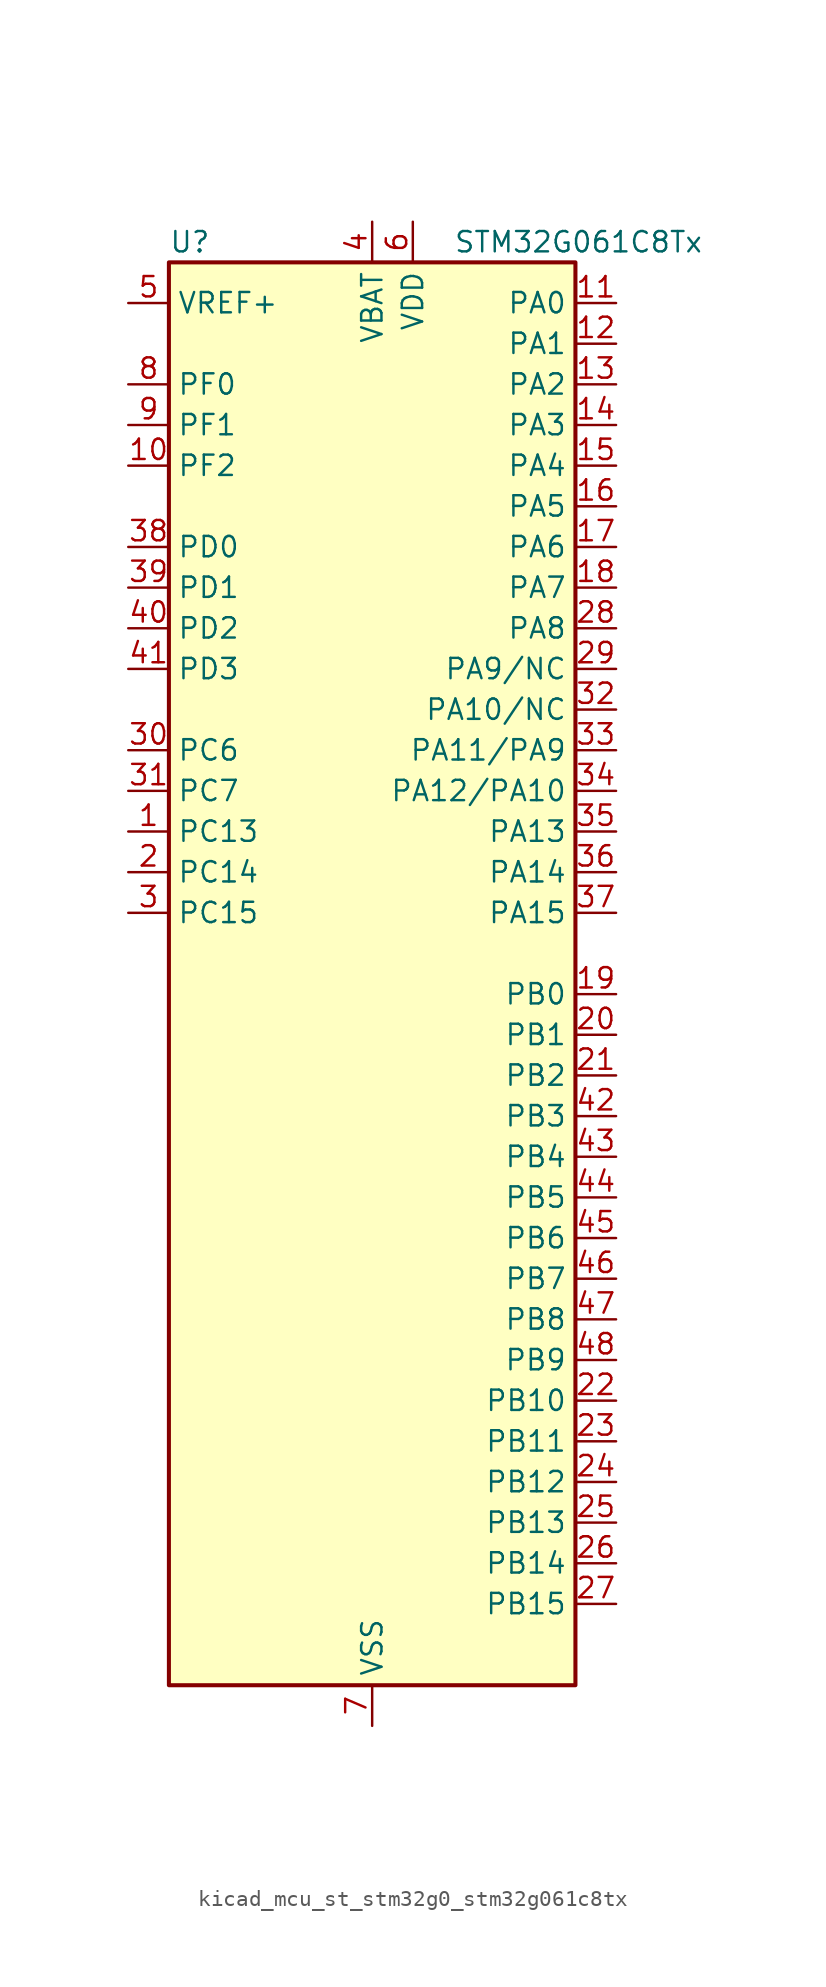
<source format=kicad_sym>
(kicad_symbol_lib
  (version 20220914)
  (generator kicad_symbol_editor)
  (symbol "kicad_mcu_st_stm32g0_stm32g061c8tx"
    (property "Reference" "U"
      (at -12.7 46.99 0)
      (effects (font (size 1.27 1.27)) (justify left)))
    (property "Value" "STM32G061C8Tx"
      (at 5.08 46.99 0)
      (effects (font (size 1.27 1.27)) (justify left)))
    (property "ki_locked" ""
      (at 0 0 0)
      (effects (font (size 1.27 1.27))))
    (symbol "kicad_mcu_st_stm32g0_stm32g061c8tx_0_1"
      (rectangle (start -12.7 -43.18) (end 12.7 45.72) (stroke (width 0.254) (type default)) (fill (type background))))
    (symbol "kicad_mcu_st_stm32g0_stm32g061c8tx_1_1"
      (pin bidirectional line (at -15.24 10.16 0) (length 2.54) (name "PC13" (effects (font (size 1.27 1.27)))) (number "1" (effects (font (size 1.27 1.27)))) (alternate "RTC_OUT1" bidirectional line) (alternate "RTC_TAMP_IN1" bidirectional line) (alternate "RTC_TS" bidirectional line) (alternate "SYS_WKUP2" bidirectional line) (alternate "TIM1_BK" bidirectional line))
      (pin bidirectional line (at -15.24 33.02 0) (length 2.54) (name "PF2" (effects (font (size 1.27 1.27)))) (number "10" (effects (font (size 1.27 1.27)))) (alternate "RCC_MCO" bidirectional line))
      (pin bidirectional line (at 15.24 43.18 180) (length 2.54) (name "PA0" (effects (font (size 1.27 1.27)))) (number "11" (effects (font (size 1.27 1.27)))) (alternate "ADC1_IN0" bidirectional line) (alternate "COMP1_INM" bidirectional line) (alternate "COMP1_OUT" bidirectional line) (alternate "LPTIM1_OUT" bidirectional line) (alternate "RTC_TAMP_IN2" bidirectional line) (alternate "SPI2_SCK" bidirectional line) (alternate "SYS_WKUP1" bidirectional line) (alternate "TIM2_CH1" bidirectional line) (alternate "TIM2_ETR" bidirectional line) (alternate "USART2_CTS" bidirectional line) (alternate "USART2_NSS" bidirectional line))
      (pin bidirectional line (at 15.24 40.64 180) (length 2.54) (name "PA1" (effects (font (size 1.27 1.27)))) (number "12" (effects (font (size 1.27 1.27)))) (alternate "ADC1_IN1" bidirectional line) (alternate "COMP1_INP" bidirectional line) (alternate "I2C1_SMBA" bidirectional line) (alternate "I2S1_CK" bidirectional line) (alternate "SPI1_SCK" bidirectional line) (alternate "TIM15_CH1N" bidirectional line) (alternate "TIM2_CH2" bidirectional line) (alternate "USART2_CK" bidirectional line) (alternate "USART2_DE" bidirectional line) (alternate "USART2_RTS" bidirectional line))
      (pin bidirectional line (at 15.24 38.1 180) (length 2.54) (name "PA2" (effects (font (size 1.27 1.27)))) (number "13" (effects (font (size 1.27 1.27)))) (alternate "ADC1_IN2" bidirectional line) (alternate "COMP2_INM" bidirectional line) (alternate "COMP2_OUT" bidirectional line) (alternate "I2S1_SD" bidirectional line) (alternate "LPUART1_TX" bidirectional line) (alternate "RCC_LSCO" bidirectional line) (alternate "SPI1_MOSI" bidirectional line) (alternate "SYS_WKUP4" bidirectional line) (alternate "TIM15_CH1" bidirectional line) (alternate "TIM2_CH3" bidirectional line) (alternate "USART2_TX" bidirectional line))
      (pin bidirectional line (at 15.24 35.56 180) (length 2.54) (name "PA3" (effects (font (size 1.27 1.27)))) (number "14" (effects (font (size 1.27 1.27)))) (alternate "ADC1_IN3" bidirectional line) (alternate "COMP2_INP" bidirectional line) (alternate "LPUART1_RX" bidirectional line) (alternate "SPI2_MISO" bidirectional line) (alternate "TIM15_CH2" bidirectional line) (alternate "TIM2_CH4" bidirectional line) (alternate "USART2_RX" bidirectional line))
      (pin bidirectional line (at 15.24 33.02 180) (length 2.54) (name "PA4" (effects (font (size 1.27 1.27)))) (number "15" (effects (font (size 1.27 1.27)))) (alternate "ADC1_IN4" bidirectional line) (alternate "DAC1_OUT1" bidirectional line) (alternate "I2S1_WS" bidirectional line) (alternate "LPTIM2_OUT" bidirectional line) (alternate "RTC_OUT2" bidirectional line) (alternate "SPI1_NSS" bidirectional line) (alternate "SPI2_MOSI" bidirectional line) (alternate "TIM14_CH1" bidirectional line))
      (pin bidirectional line (at 15.24 30.48 180) (length 2.54) (name "PA5" (effects (font (size 1.27 1.27)))) (number "16" (effects (font (size 1.27 1.27)))) (alternate "ADC1_IN5" bidirectional line) (alternate "DAC1_OUT2" bidirectional line) (alternate "I2S1_CK" bidirectional line) (alternate "LPTIM2_ETR" bidirectional line) (alternate "SPI1_SCK" bidirectional line) (alternate "TIM2_CH1" bidirectional line) (alternate "TIM2_ETR" bidirectional line))
      (pin bidirectional line (at 15.24 27.94 180) (length 2.54) (name "PA6" (effects (font (size 1.27 1.27)))) (number "17" (effects (font (size 1.27 1.27)))) (alternate "ADC1_IN6" bidirectional line) (alternate "COMP1_OUT" bidirectional line) (alternate "I2S1_MCK" bidirectional line) (alternate "LPUART1_CTS" bidirectional line) (alternate "SPI1_MISO" bidirectional line) (alternate "TIM16_CH1" bidirectional line) (alternate "TIM1_BK" bidirectional line) (alternate "TIM3_CH1" bidirectional line))
      (pin bidirectional line (at 15.24 25.4 180) (length 2.54) (name "PA7" (effects (font (size 1.27 1.27)))) (number "18" (effects (font (size 1.27 1.27)))) (alternate "ADC1_IN7" bidirectional line) (alternate "COMP2_OUT" bidirectional line) (alternate "I2S1_SD" bidirectional line) (alternate "SPI1_MOSI" bidirectional line) (alternate "TIM14_CH1" bidirectional line) (alternate "TIM17_CH1" bidirectional line) (alternate "TIM1_CH1N" bidirectional line) (alternate "TIM3_CH2" bidirectional line))
      (pin bidirectional line (at 15.24 0 180) (length 2.54) (name "PB0" (effects (font (size 1.27 1.27)))) (number "19" (effects (font (size 1.27 1.27)))) (alternate "ADC1_IN8" bidirectional line) (alternate "COMP1_OUT" bidirectional line) (alternate "I2S1_WS" bidirectional line) (alternate "LPTIM1_OUT" bidirectional line) (alternate "SPI1_NSS" bidirectional line) (alternate "TIM1_CH2N" bidirectional line) (alternate "TIM3_CH3" bidirectional line))
      (pin bidirectional line (at -15.24 7.62 0) (length 2.54) (name "PC14" (effects (font (size 1.27 1.27)))) (number "2" (effects (font (size 1.27 1.27)))) (alternate "RCC_OSC32_IN" bidirectional line) (alternate "TIM1_BK2" bidirectional line))
      (pin bidirectional line (at 15.24 -2.54 180) (length 2.54) (name "PB1" (effects (font (size 1.27 1.27)))) (number "20" (effects (font (size 1.27 1.27)))) (alternate "ADC1_IN9" bidirectional line) (alternate "COMP1_INM" bidirectional line) (alternate "LPTIM2_IN1" bidirectional line) (alternate "LPUART1_DE" bidirectional line) (alternate "LPUART1_RTS" bidirectional line) (alternate "TIM14_CH1" bidirectional line) (alternate "TIM1_CH3N" bidirectional line) (alternate "TIM3_CH4" bidirectional line))
      (pin bidirectional line (at 15.24 -5.08 180) (length 2.54) (name "PB2" (effects (font (size 1.27 1.27)))) (number "21" (effects (font (size 1.27 1.27)))) (alternate "ADC1_IN10" bidirectional line) (alternate "COMP1_INP" bidirectional line) (alternate "LPTIM1_OUT" bidirectional line) (alternate "SPI2_MISO" bidirectional line))
      (pin bidirectional line (at 15.24 -25.4 180) (length 2.54) (name "PB10" (effects (font (size 1.27 1.27)))) (number "22" (effects (font (size 1.27 1.27)))) (alternate "ADC1_IN11" bidirectional line) (alternate "COMP1_OUT" bidirectional line) (alternate "I2C2_SCL" bidirectional line) (alternate "LPUART1_RX" bidirectional line) (alternate "SPI2_SCK" bidirectional line) (alternate "TIM2_CH3" bidirectional line))
      (pin bidirectional line (at 15.24 -27.94 180) (length 2.54) (name "PB11" (effects (font (size 1.27 1.27)))) (number "23" (effects (font (size 1.27 1.27)))) (alternate "ADC1_EXTI11" bidirectional line) (alternate "ADC1_IN15" bidirectional line) (alternate "COMP2_OUT" bidirectional line) (alternate "I2C2_SDA" bidirectional line) (alternate "LPUART1_TX" bidirectional line) (alternate "SPI2_MOSI" bidirectional line) (alternate "TIM2_CH4" bidirectional line))
      (pin bidirectional line (at 15.24 -30.48 180) (length 2.54) (name "PB12" (effects (font (size 1.27 1.27)))) (number "24" (effects (font (size 1.27 1.27)))) (alternate "ADC1_IN16" bidirectional line) (alternate "LPUART1_DE" bidirectional line) (alternate "LPUART1_RTS" bidirectional line) (alternate "SPI2_NSS" bidirectional line) (alternate "TIM15_BK" bidirectional line) (alternate "TIM1_BK" bidirectional line))
      (pin bidirectional line (at 15.24 -33.02 180) (length 2.54) (name "PB13" (effects (font (size 1.27 1.27)))) (number "25" (effects (font (size 1.27 1.27)))) (alternate "I2C2_SCL" bidirectional line) (alternate "LPUART1_CTS" bidirectional line) (alternate "SPI2_SCK" bidirectional line) (alternate "TIM15_CH1N" bidirectional line) (alternate "TIM1_CH1N" bidirectional line))
      (pin bidirectional line (at 15.24 -35.56 180) (length 2.54) (name "PB14" (effects (font (size 1.27 1.27)))) (number "26" (effects (font (size 1.27 1.27)))) (alternate "I2C2_SDA" bidirectional line) (alternate "SPI2_MISO" bidirectional line) (alternate "TIM15_CH1" bidirectional line) (alternate "TIM1_CH2N" bidirectional line))
      (pin bidirectional line (at 15.24 -38.1 180) (length 2.54) (name "PB15" (effects (font (size 1.27 1.27)))) (number "27" (effects (font (size 1.27 1.27)))) (alternate "RTC_REFIN" bidirectional line) (alternate "SPI2_MOSI" bidirectional line) (alternate "TIM15_CH1N" bidirectional line) (alternate "TIM15_CH2" bidirectional line) (alternate "TIM1_CH3N" bidirectional line))
      (pin bidirectional line (at 15.24 22.86 180) (length 2.54) (name "PA8" (effects (font (size 1.27 1.27)))) (number "28" (effects (font (size 1.27 1.27)))) (alternate "LPTIM2_OUT" bidirectional line) (alternate "RCC_MCO" bidirectional line) (alternate "SPI2_NSS" bidirectional line) (alternate "TIM1_CH1" bidirectional line))
      (pin bidirectional line (at 15.24 20.32 180) (length 2.54) (name "PA9/NC" (effects (font (size 1.27 1.27)))) (number "29" (effects (font (size 1.27 1.27)))) (alternate "DAC1_EXTI9" bidirectional line) (alternate "I2C1_SCL" bidirectional line) (alternate "RCC_MCO" bidirectional line) (alternate "SPI2_MISO" bidirectional line) (alternate "TIM15_BK" bidirectional line) (alternate "TIM1_CH2" bidirectional line) (alternate "USART1_TX" bidirectional line))
      (pin bidirectional line (at -15.24 5.08 0) (length 2.54) (name "PC15" (effects (font (size 1.27 1.27)))) (number "3" (effects (font (size 1.27 1.27)))) (alternate "RCC_OSC32_EN" bidirectional line) (alternate "RCC_OSC32_OUT" bidirectional line) (alternate "RCC_OSC_EN" bidirectional line) (alternate "TIM15_BK" bidirectional line))
      (pin bidirectional line (at -15.24 15.24 0) (length 2.54) (name "PC6" (effects (font (size 1.27 1.27)))) (number "30" (effects (font (size 1.27 1.27)))) (alternate "TIM2_CH3" bidirectional line) (alternate "TIM3_CH1" bidirectional line))
      (pin bidirectional line (at -15.24 12.7 0) (length 2.54) (name "PC7" (effects (font (size 1.27 1.27)))) (number "31" (effects (font (size 1.27 1.27)))) (alternate "TIM2_CH4" bidirectional line) (alternate "TIM3_CH2" bidirectional line))
      (pin bidirectional line (at 15.24 17.78 180) (length 2.54) (name "PA10/NC" (effects (font (size 1.27 1.27)))) (number "32" (effects (font (size 1.27 1.27)))) (alternate "I2C1_SDA" bidirectional line) (alternate "SPI2_MOSI" bidirectional line) (alternate "TIM17_BK" bidirectional line) (alternate "TIM1_CH3" bidirectional line) (alternate "USART1_RX" bidirectional line))
      (pin bidirectional line (at 15.24 15.24 180) (length 2.54) (name "PA11/PA9" (effects (font (size 1.27 1.27)))) (number "33" (effects (font (size 1.27 1.27)))) (alternate "ADC1_EXTI11" bidirectional line) (alternate "COMP1_OUT" bidirectional line) (alternate "I2C2_SCL" bidirectional line) (alternate "I2S1_MCK" bidirectional line) (alternate "SPI1_MISO" bidirectional line) (alternate "TIM1_BK2" bidirectional line) (alternate "TIM1_CH4" bidirectional line) (alternate "USART1_CTS" bidirectional line) (alternate "USART1_NSS" bidirectional line))
      (pin bidirectional line (at 15.24 12.7 180) (length 2.54) (name "PA12/PA10" (effects (font (size 1.27 1.27)))) (number "34" (effects (font (size 1.27 1.27)))) (alternate "COMP2_OUT" bidirectional line) (alternate "I2C2_SDA" bidirectional line) (alternate "I2S1_SD" bidirectional line) (alternate "I2S_CKIN" bidirectional line) (alternate "SPI1_MOSI" bidirectional line) (alternate "TIM1_ETR" bidirectional line) (alternate "USART1_CK" bidirectional line) (alternate "USART1_DE" bidirectional line) (alternate "USART1_RTS" bidirectional line))
      (pin bidirectional line (at 15.24 10.16 180) (length 2.54) (name "PA13" (effects (font (size 1.27 1.27)))) (number "35" (effects (font (size 1.27 1.27)))) (alternate "ADC1_IN17" bidirectional line) (alternate "IR_OUT" bidirectional line) (alternate "SYS_SWDIO" bidirectional line))
      (pin bidirectional line (at 15.24 7.62 180) (length 2.54) (name "PA14" (effects (font (size 1.27 1.27)))) (number "36" (effects (font (size 1.27 1.27)))) (alternate "ADC1_IN18" bidirectional line) (alternate "SYS_SWCLK" bidirectional line) (alternate "USART2_TX" bidirectional line))
      (pin bidirectional line (at 15.24 5.08 180) (length 2.54) (name "PA15" (effects (font (size 1.27 1.27)))) (number "37" (effects (font (size 1.27 1.27)))) (alternate "I2S1_WS" bidirectional line) (alternate "SPI1_NSS" bidirectional line) (alternate "TIM2_CH1" bidirectional line) (alternate "TIM2_ETR" bidirectional line) (alternate "USART2_RX" bidirectional line))
      (pin bidirectional line (at -15.24 27.94 0) (length 2.54) (name "PD0" (effects (font (size 1.27 1.27)))) (number "38" (effects (font (size 1.27 1.27)))) (alternate "SPI2_NSS" bidirectional line) (alternate "TIM16_CH1" bidirectional line))
      (pin bidirectional line (at -15.24 25.4 0) (length 2.54) (name "PD1" (effects (font (size 1.27 1.27)))) (number "39" (effects (font (size 1.27 1.27)))) (alternate "SPI2_SCK" bidirectional line) (alternate "TIM17_CH1" bidirectional line))
      (pin power_in line (at 0 48.26 270) (length 2.54) (name "VBAT" (effects (font (size 1.27 1.27)))) (number "4" (effects (font (size 1.27 1.27)))))
      (pin bidirectional line (at -15.24 22.86 0) (length 2.54) (name "PD2" (effects (font (size 1.27 1.27)))) (number "40" (effects (font (size 1.27 1.27)))) (alternate "TIM1_CH1N" bidirectional line) (alternate "TIM3_ETR" bidirectional line))
      (pin bidirectional line (at -15.24 20.32 0) (length 2.54) (name "PD3" (effects (font (size 1.27 1.27)))) (number "41" (effects (font (size 1.27 1.27)))) (alternate "SPI2_MISO" bidirectional line) (alternate "TIM1_CH2N" bidirectional line) (alternate "USART2_CTS" bidirectional line) (alternate "USART2_NSS" bidirectional line))
      (pin bidirectional line (at 15.24 -7.62 180) (length 2.54) (name "PB3" (effects (font (size 1.27 1.27)))) (number "42" (effects (font (size 1.27 1.27)))) (alternate "COMP2_INM" bidirectional line) (alternate "I2S1_CK" bidirectional line) (alternate "SPI1_SCK" bidirectional line) (alternate "TIM1_CH2" bidirectional line) (alternate "TIM2_CH2" bidirectional line) (alternate "USART1_CK" bidirectional line) (alternate "USART1_DE" bidirectional line) (alternate "USART1_RTS" bidirectional line))
      (pin bidirectional line (at 15.24 -10.16 180) (length 2.54) (name "PB4" (effects (font (size 1.27 1.27)))) (number "43" (effects (font (size 1.27 1.27)))) (alternate "COMP2_INP" bidirectional line) (alternate "I2S1_MCK" bidirectional line) (alternate "SPI1_MISO" bidirectional line) (alternate "TIM17_BK" bidirectional line) (alternate "TIM3_CH1" bidirectional line) (alternate "USART1_CTS" bidirectional line) (alternate "USART1_NSS" bidirectional line))
      (pin bidirectional line (at 15.24 -12.7 180) (length 2.54) (name "PB5" (effects (font (size 1.27 1.27)))) (number "44" (effects (font (size 1.27 1.27)))) (alternate "COMP2_OUT" bidirectional line) (alternate "I2C1_SMBA" bidirectional line) (alternate "I2S1_SD" bidirectional line) (alternate "LPTIM1_IN1" bidirectional line) (alternate "SPI1_MOSI" bidirectional line) (alternate "SYS_WKUP6" bidirectional line) (alternate "TIM16_BK" bidirectional line) (alternate "TIM3_CH2" bidirectional line))
      (pin bidirectional line (at 15.24 -15.24 180) (length 2.54) (name "PB6" (effects (font (size 1.27 1.27)))) (number "45" (effects (font (size 1.27 1.27)))) (alternate "COMP2_INP" bidirectional line) (alternate "I2C1_SCL" bidirectional line) (alternate "LPTIM1_ETR" bidirectional line) (alternate "SPI2_MISO" bidirectional line) (alternate "TIM16_CH1N" bidirectional line) (alternate "TIM1_CH3" bidirectional line) (alternate "USART1_TX" bidirectional line))
      (pin bidirectional line (at 15.24 -17.78 180) (length 2.54) (name "PB7" (effects (font (size 1.27 1.27)))) (number "46" (effects (font (size 1.27 1.27)))) (alternate "COMP2_INM" bidirectional line) (alternate "I2C1_SDA" bidirectional line) (alternate "LPTIM1_IN2" bidirectional line) (alternate "SPI2_MOSI" bidirectional line) (alternate "SYS_PVD_IN" bidirectional line) (alternate "TIM17_CH1N" bidirectional line) (alternate "USART1_RX" bidirectional line))
      (pin bidirectional line (at 15.24 -20.32 180) (length 2.54) (name "PB8" (effects (font (size 1.27 1.27)))) (number "47" (effects (font (size 1.27 1.27)))) (alternate "I2C1_SCL" bidirectional line) (alternate "SPI2_SCK" bidirectional line) (alternate "TIM15_BK" bidirectional line) (alternate "TIM16_CH1" bidirectional line))
      (pin bidirectional line (at 15.24 -22.86 180) (length 2.54) (name "PB9" (effects (font (size 1.27 1.27)))) (number "48" (effects (font (size 1.27 1.27)))) (alternate "DAC1_EXTI9" bidirectional line) (alternate "I2C1_SDA" bidirectional line) (alternate "IR_OUT" bidirectional line) (alternate "SPI2_NSS" bidirectional line) (alternate "TIM17_CH1" bidirectional line))
      (pin input line (at -15.24 43.18 0) (length 2.54) (name "VREF+" (effects (font (size 1.27 1.27)))) (number "5" (effects (font (size 1.27 1.27)))) (alternate "VREFBUF_OUT" bidirectional line))
      (pin power_in line (at 2.54 48.26 270) (length 2.54) (name "VDD" (effects (font (size 1.27 1.27)))) (number "6" (effects (font (size 1.27 1.27)))))
      (pin power_in line (at 0 -45.72 90) (length 2.54) (name "VSS" (effects (font (size 1.27 1.27)))) (number "7" (effects (font (size 1.27 1.27)))))
      (pin bidirectional line (at -15.24 38.1 0) (length 2.54) (name "PF0" (effects (font (size 1.27 1.27)))) (number "8" (effects (font (size 1.27 1.27)))) (alternate "RCC_OSC_IN" bidirectional line) (alternate "TIM14_CH1" bidirectional line))
      (pin bidirectional line (at -15.24 35.56 0) (length 2.54) (name "PF1" (effects (font (size 1.27 1.27)))) (number "9" (effects (font (size 1.27 1.27)))) (alternate "RCC_OSC_EN" bidirectional line) (alternate "RCC_OSC_OUT" bidirectional line) (alternate "TIM15_CH1N" bidirectional line)))))
</source>
